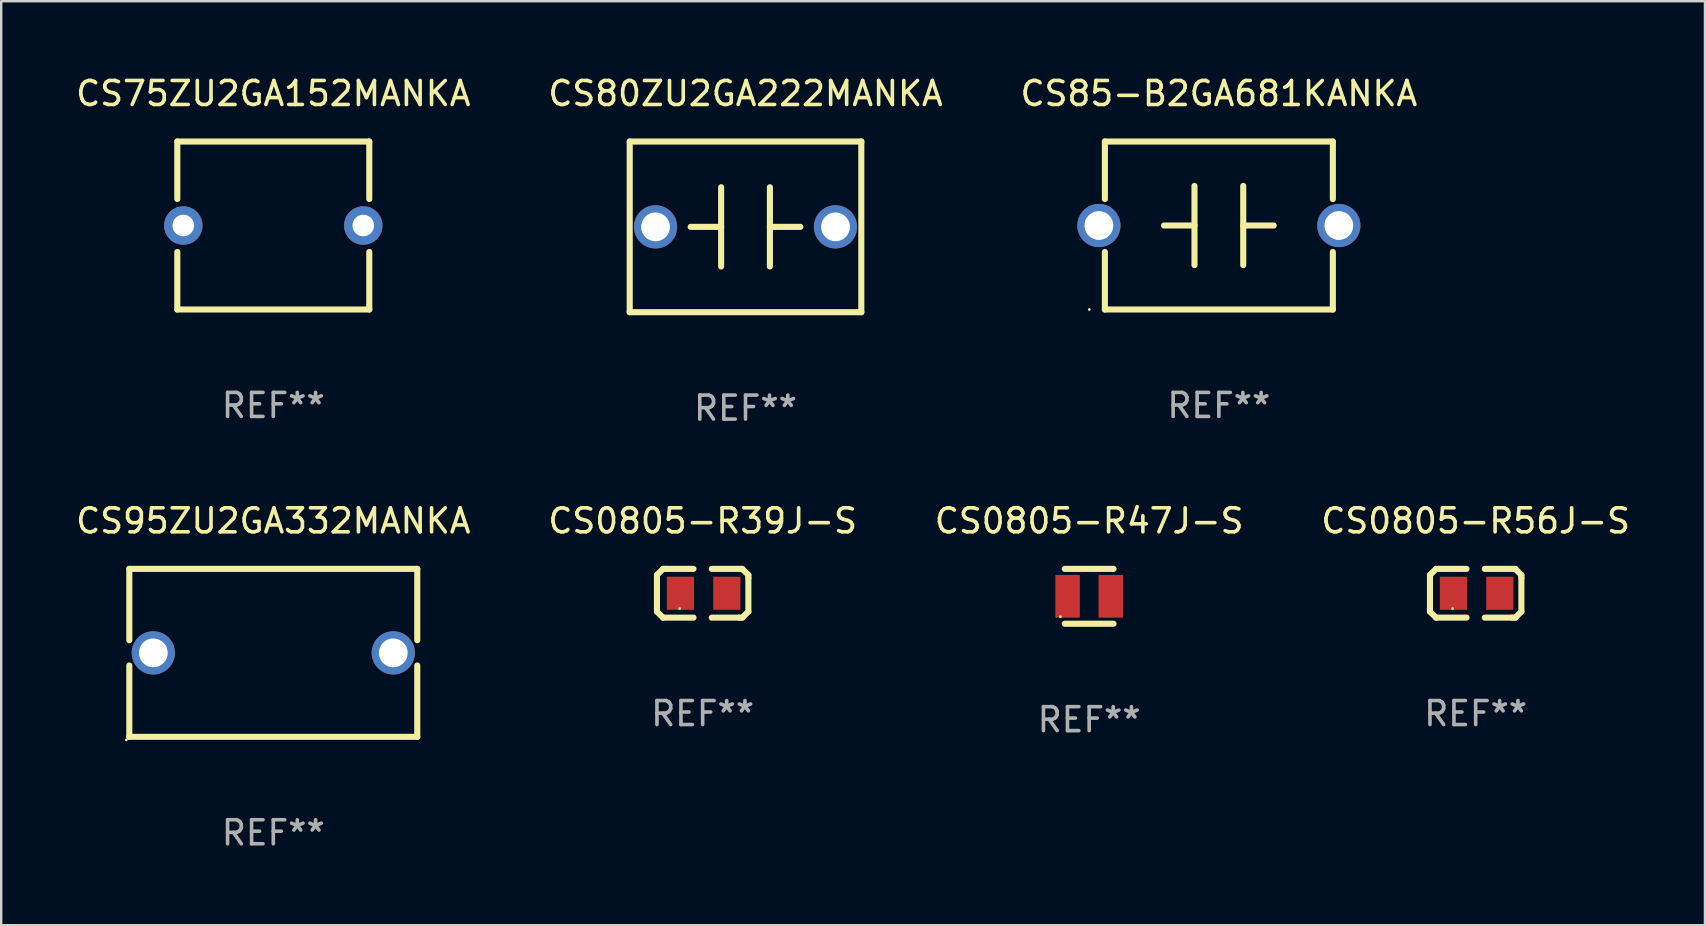
<source format=kicad_pcb>
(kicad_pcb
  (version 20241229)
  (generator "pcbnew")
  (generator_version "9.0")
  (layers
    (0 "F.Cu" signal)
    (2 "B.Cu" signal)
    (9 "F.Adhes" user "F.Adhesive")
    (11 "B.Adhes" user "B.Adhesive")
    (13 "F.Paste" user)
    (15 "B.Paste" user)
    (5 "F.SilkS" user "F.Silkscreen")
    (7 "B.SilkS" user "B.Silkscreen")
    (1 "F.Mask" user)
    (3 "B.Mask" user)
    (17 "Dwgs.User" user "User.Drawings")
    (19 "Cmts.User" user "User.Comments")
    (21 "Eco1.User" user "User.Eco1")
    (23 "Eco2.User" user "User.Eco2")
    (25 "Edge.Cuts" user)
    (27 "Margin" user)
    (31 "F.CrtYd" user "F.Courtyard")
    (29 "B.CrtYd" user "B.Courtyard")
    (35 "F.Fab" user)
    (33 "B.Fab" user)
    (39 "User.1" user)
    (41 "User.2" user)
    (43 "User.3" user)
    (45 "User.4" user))
  (footprint "CS80ZU2GA222MANKA"
    (layer "F.Cu")
    (at 28.018 6.404)
    (property "Reference" "CS80ZU2GA222MANKA" (at 0 -5.556 0) (layer "F.SilkS") (effects (font (size 1 1) (thickness 0.15))))
    (attr through_hole)
    (fp_line (start -4.826 -3.556) (end -4.826 3.556) (stroke (width 0.254) (type solid)) (layer "F.SilkS"))
    (fp_line (start -4.826 3.556) (end 4.826 3.556) (stroke (width 0.254) (type solid)) (layer "F.SilkS"))
    (fp_line (start -1.016 0) (end -2.286 0) (stroke (width 0.254) (type solid)) (layer "F.SilkS"))
    (fp_line (start -1.016 1.651) (end -1.016 -1.651) (stroke (width 0.254) (type solid)) (layer "F.SilkS"))
    (fp_line (start 1.016 -1.651) (end 1.016 1.651) (stroke (width 0.254) (type solid)) (layer "F.SilkS"))
    (fp_line (start 1.016 0) (end 2.286 0) (stroke (width 0.254) (type solid)) (layer "F.SilkS"))
    (fp_line (start 4.826 -3.556) (end -4.826 -3.556) (stroke (width 0.254) (type solid)) (layer "F.SilkS"))
    (fp_line (start 4.826 3.556) (end 4.826 -3.556) (stroke (width 0.254) (type solid)) (layer "F.SilkS"))
    (fp_circle (center -4.75 3.5) (end -4.72 3.5) (stroke (width 0.06) (type solid)) (fill no) (layer "F.SilkS"))
    (fp_text user "REF**" (at 0 7.556 0) (layer "F.Fab") (effects (font (size 1 1) (thickness 0.15))))
    (pad "1" thru_hole circle (at -3.75 0) (size 1.8 1.8) (drill 1.2) (layers "*.Cu" "*.Mask"))
    (pad "2" thru_hole circle (at 3.75 0) (size 1.8 1.8) (drill 1.2) (layers "*.Cu" "*.Mask")))
  (footprint "CS85-B2GA681KANKA"
    (layer "F.Cu")
    (at 47.744 6.348)
    (property "Reference" "CS85-B2GA681KANKA" (at 0 -5.5 0) (layer "F.SilkS") (effects (font (size 1 1) (thickness 0.15))))
    (attr through_hole)
    (fp_line (start -4.75 -3.5) (end -4.75 -1.103) (stroke (width 0.254) (type solid)) (layer "F.SilkS"))
    (fp_line (start -4.75 -3.5) (end 4.75 -3.5) (stroke (width 0.254) (type solid)) (layer "F.SilkS"))
    (fp_line (start -4.75 1.103) (end -4.75 3.5) (stroke (width 0.254) (type solid)) (layer "F.SilkS"))
    (fp_line (start -1.016 0) (end -2.286 0) (stroke (width 0.254) (type solid)) (layer "F.SilkS"))
    (fp_line (start -1.016 1.651) (end -1.016 -1.651) (stroke (width 0.254) (type solid)) (layer "F.SilkS"))
    (fp_line (start 1.016 -1.651) (end 1.016 1.651) (stroke (width 0.254) (type solid)) (layer "F.SilkS"))
    (fp_line (start 1.016 0) (end 2.286 0) (stroke (width 0.254) (type solid)) (layer "F.SilkS"))
    (fp_line (start 4.75 -3.5) (end 4.75 -1.103) (stroke (width 0.254) (type solid)) (layer "F.SilkS"))
    (fp_line (start 4.75 1.103) (end 4.75 3.5) (stroke (width 0.254) (type solid)) (layer "F.SilkS"))
    (fp_line (start 4.75 3.5) (end -4.75 3.5) (stroke (width 0.254) (type solid)) (layer "F.SilkS"))
    (fp_circle (center -5.4 3.5) (end -5.37 3.5) (stroke (width 0.06) (type solid)) (fill no) (layer "F.SilkS"))
    (fp_text user "REF**" (at 0 7.5 0) (layer "F.Fab") (effects (font (size 1 1) (thickness 0.15))))
    (pad "1" thru_hole circle (at -5 0) (size 1.8 1.8) (drill 1.2) (layers "*.Cu" "*.Mask"))
    (pad "2" thru_hole circle (at 5 0) (size 1.8 1.8) (drill 1.2) (layers "*.Cu" "*.Mask")))
  (footprint "CS0805-R56J-S"
    (layer "F.Cu")
    (at 58.446 21.673)
    (property "Reference" "CS0805-R56J-S" (at 0 -3.016 0) (layer "F.SilkS") (effects (font (size 1 1) (thickness 0.15))))
    (attr through_hole)
    (fp_line (start -1.905 -0.762) (end -1.905 0.635) (stroke (width 0.254) (type solid)) (layer "F.SilkS"))
    (fp_line (start -1.905 0.635) (end -1.905 0.762) (stroke (width 0.254) (type solid)) (layer "F.SilkS"))
    (fp_line (start -1.905 0.762) (end -1.651 1.016) (stroke (width 0.254) (type solid)) (layer "F.SilkS"))
    (fp_line (start -1.651 -1.016) (end -1.905 -0.762) (stroke (width 0.254) (type solid)) (layer "F.SilkS"))
    (fp_line (start -1.651 1.016) (end -0.381 1.016) (stroke (width 0.254) (type solid)) (layer "F.SilkS"))
    (fp_line (start -1.524 -1.016) (end -1.651 -1.016) (stroke (width 0.254) (type solid)) (layer "F.SilkS"))
    (fp_line (start -0.381 -1.016) (end -1.524 -1.016) (stroke (width 0.254) (type solid)) (layer "F.SilkS"))
    (fp_line (start 0.381 1.016) (end 1.524 1.016) (stroke (width 0.254) (type solid)) (layer "F.SilkS"))
    (fp_line (start 1.524 1.016) (end 1.651 1.016) (stroke (width 0.254) (type solid)) (layer "F.SilkS"))
    (fp_line (start 1.651 -1.016) (end 0.381 -1.016) (stroke (width 0.254) (type solid)) (layer "F.SilkS"))
    (fp_line (start 1.651 1.016) (end 1.905 0.762) (stroke (width 0.254) (type solid)) (layer "F.SilkS"))
    (fp_line (start 1.905 -0.762) (end 1.651 -1.016) (stroke (width 0.254) (type solid)) (layer "F.SilkS"))
    (fp_line (start 1.905 -0.635) (end 1.905 -0.762) (stroke (width 0.254) (type solid)) (layer "F.SilkS"))
    (fp_line (start 1.905 0.762) (end 1.905 -0.635) (stroke (width 0.254) (type solid)) (layer "F.SilkS"))
    (fp_circle (center -0.96 0.637) (end -0.93 0.637) (stroke (width 0.06) (type solid)) (fill no) (layer "F.SilkS"))
    (fp_text user "REF**" (at 0 5.016 0) (layer "F.Fab") (effects (font (size 1 1) (thickness 0.15))))
    (pad "1" smd rect (at -0.926 -0.000051) (size 1.133 1.377) (layers "F.Cu" "F.Mask" "F.Paste"))
    (pad "2" smd rect (at 1.006 -0.000051) (size 1.133 1.377) (layers "F.Cu" "F.Mask" "F.Paste")))
  (footprint "CS75ZU2GA152MANKA"
    (layer "F.Cu")
    (at 8.339 6.348)
    (property "Reference" "CS75ZU2GA152MANKA" (at 0 -5.5 0) (layer "F.SilkS") (effects (font (size 1 1) (thickness 0.15))))
    (attr through_hole)
    (fp_line (start -4 -3.5) (end -4 -1.103) (stroke (width 0.254) (type solid)) (layer "F.SilkS"))
    (fp_line (start -4 -3.5) (end 4 -3.5) (stroke (width 0.254) (type solid)) (layer "F.SilkS"))
    (fp_line (start -4 1.103) (end -4 3.5) (stroke (width 0.254) (type solid)) (layer "F.SilkS"))
    (fp_line (start 4 -3.5) (end 4 -1.103) (stroke (width 0.254) (type solid)) (layer "F.SilkS"))
    (fp_line (start 4 1.103) (end 4 3.5) (stroke (width 0.254) (type solid)) (layer "F.SilkS"))
    (fp_line (start 4 3.5) (end -4 3.5) (stroke (width 0.254) (type solid)) (layer "F.SilkS"))
    (fp_circle (center -4.05 3.5) (end -4.02 3.5) (stroke (width 0.06) (type solid)) (fill no) (layer "F.SilkS"))
    (fp_text user "REF**" (at 0 7.5 0) (layer "F.Fab") (effects (font (size 1 1) (thickness 0.15))))
    (pad "1" thru_hole circle (at -3.75 0.000127) (size 1.6 1.6) (drill 0.9) (layers "*.Cu" "*.Mask"))
    (pad "2" thru_hole circle (at 3.75 0.000127) (size 1.6 1.6) (drill 0.9) (layers "*.Cu" "*.Mask")))
  (footprint "CS0805-R39J-S"
    (layer "F.Cu")
    (at 26.232 21.673)
    (property "Reference" "CS0805-R39J-S" (at 0 -3.016 0) (layer "F.SilkS") (effects (font (size 1 1) (thickness 0.15))))
    (attr through_hole)
    (fp_line (start -1.905 -0.762) (end -1.905 0.635) (stroke (width 0.254) (type solid)) (layer "F.SilkS"))
    (fp_line (start -1.905 0.635) (end -1.905 0.762) (stroke (width 0.254) (type solid)) (layer "F.SilkS"))
    (fp_line (start -1.905 0.762) (end -1.651 1.016) (stroke (width 0.254) (type solid)) (layer "F.SilkS"))
    (fp_line (start -1.651 -1.016) (end -1.905 -0.762) (stroke (width 0.254) (type solid)) (layer "F.SilkS"))
    (fp_line (start -1.651 1.016) (end -0.381 1.016) (stroke (width 0.254) (type solid)) (layer "F.SilkS"))
    (fp_line (start -1.524 -1.016) (end -1.651 -1.016) (stroke (width 0.254) (type solid)) (layer "F.SilkS"))
    (fp_line (start -0.381 -1.016) (end -1.524 -1.016) (stroke (width 0.254) (type solid)) (layer "F.SilkS"))
    (fp_line (start 0.381 1.016) (end 1.524 1.016) (stroke (width 0.254) (type solid)) (layer "F.SilkS"))
    (fp_line (start 1.524 1.016) (end 1.651 1.016) (stroke (width 0.254) (type solid)) (layer "F.SilkS"))
    (fp_line (start 1.651 -1.016) (end 0.381 -1.016) (stroke (width 0.254) (type solid)) (layer "F.SilkS"))
    (fp_line (start 1.651 1.016) (end 1.905 0.762) (stroke (width 0.254) (type solid)) (layer "F.SilkS"))
    (fp_line (start 1.905 -0.762) (end 1.651 -1.016) (stroke (width 0.254) (type solid)) (layer "F.SilkS"))
    (fp_line (start 1.905 -0.635) (end 1.905 -0.762) (stroke (width 0.254) (type solid)) (layer "F.SilkS"))
    (fp_line (start 1.905 0.762) (end 1.905 -0.635) (stroke (width 0.254) (type solid)) (layer "F.SilkS"))
    (fp_circle (center -0.96 0.637) (end -0.93 0.637) (stroke (width 0.06) (type solid)) (fill no) (layer "F.SilkS"))
    (fp_text user "REF**" (at 0 5.016 0) (layer "F.Fab") (effects (font (size 1 1) (thickness 0.15))))
    (pad "1" smd rect (at -0.926 -0.000051) (size 1.133 1.377) (layers "F.Cu" "F.Mask" "F.Paste"))
    (pad "2" smd rect (at 1.006 -0.000051) (size 1.133 1.377) (layers "F.Cu" "F.Mask" "F.Paste")))
  (footprint "CS95ZU2GA332MANKA"
    (layer "F.Cu")
    (at 8.339 24.157)
    (property "Reference" "CS95ZU2GA332MANKA" (at 0 -5.5 0) (layer "F.SilkS") (effects (font (size 1 1) (thickness 0.15))))
    (attr through_hole)
    (fp_line (start -6 -3.5) (end -6 -0.526) (stroke (width 0.254) (type solid)) (layer "F.SilkS"))
    (fp_line (start -6 -3.5) (end 6 -3.5) (stroke (width 0.254) (type solid)) (layer "F.SilkS"))
    (fp_line (start -6 0.526) (end -6 3.5) (stroke (width 0.254) (type solid)) (layer "F.SilkS"))
    (fp_line (start 6 -3.5) (end 6 -0.526) (stroke (width 0.254) (type solid)) (layer "F.SilkS"))
    (fp_line (start 6 0.526) (end 6 3.5) (stroke (width 0.254) (type solid)) (layer "F.SilkS"))
    (fp_line (start 6 3.5) (end -6 3.5) (stroke (width 0.254) (type solid)) (layer "F.SilkS"))
    (fp_circle (center -6.127 3.627) (end -6.097 3.627) (stroke (width 0.06) (type solid)) (fill no) (layer "F.SilkS"))
    (fp_text user "REF**" (at 0 7.5 0) (layer "F.Fab") (effects (font (size 1 1) (thickness 0.15))))
    (pad "1" thru_hole circle (at -5 0) (size 1.8 1.8) (drill 1.2) (layers "*.Cu" "*.Mask"))
    (pad "2" thru_hole circle (at 5 0) (size 1.8 1.8) (drill 1.2) (layers "*.Cu" "*.Mask")))
  (footprint "CS0805-R47J-S"
    (layer "F.Cu")
    (at 42.339 21.8)
    (property "Reference" "CS0805-R47J-S" (at 0 -3.143 0) (layer "F.SilkS") (effects (font (size 1 1) (thickness 0.15))))
    (attr through_hole)
    (fp_line (start -1.016 -1.143) (end 1.016 -1.143) (stroke (width 0.254) (type solid)) (layer "F.SilkS"))
    (fp_line (start -1.016 1.143) (end 1.016 1.143) (stroke (width 0.254) (type solid)) (layer "F.SilkS"))
    (fp_circle (center -1.2 0.85) (end -1.17 0.85) (stroke (width 0.06) (type solid)) (fill no) (layer "F.SilkS"))
    (fp_text user "REF**" (at 0 5.143 0) (layer "F.Fab") (effects (font (size 1 1) (thickness 0.15))))
    (pad "1" smd rect (at -0.9 0) (size 1.02 1.78) (layers "F.Cu" "F.Mask" "F.Paste"))
    (pad "2" smd rect (at 0.9 0) (size 1.02 1.78) (layers "F.Cu" "F.Mask" "F.Paste")))
  (gr_rect
    (start -3 -3)
    (end 68 35.505)
    (stroke (width 0.1) (type default))
    (fill no)
    (layer "Edge.Cuts")))
</source>
